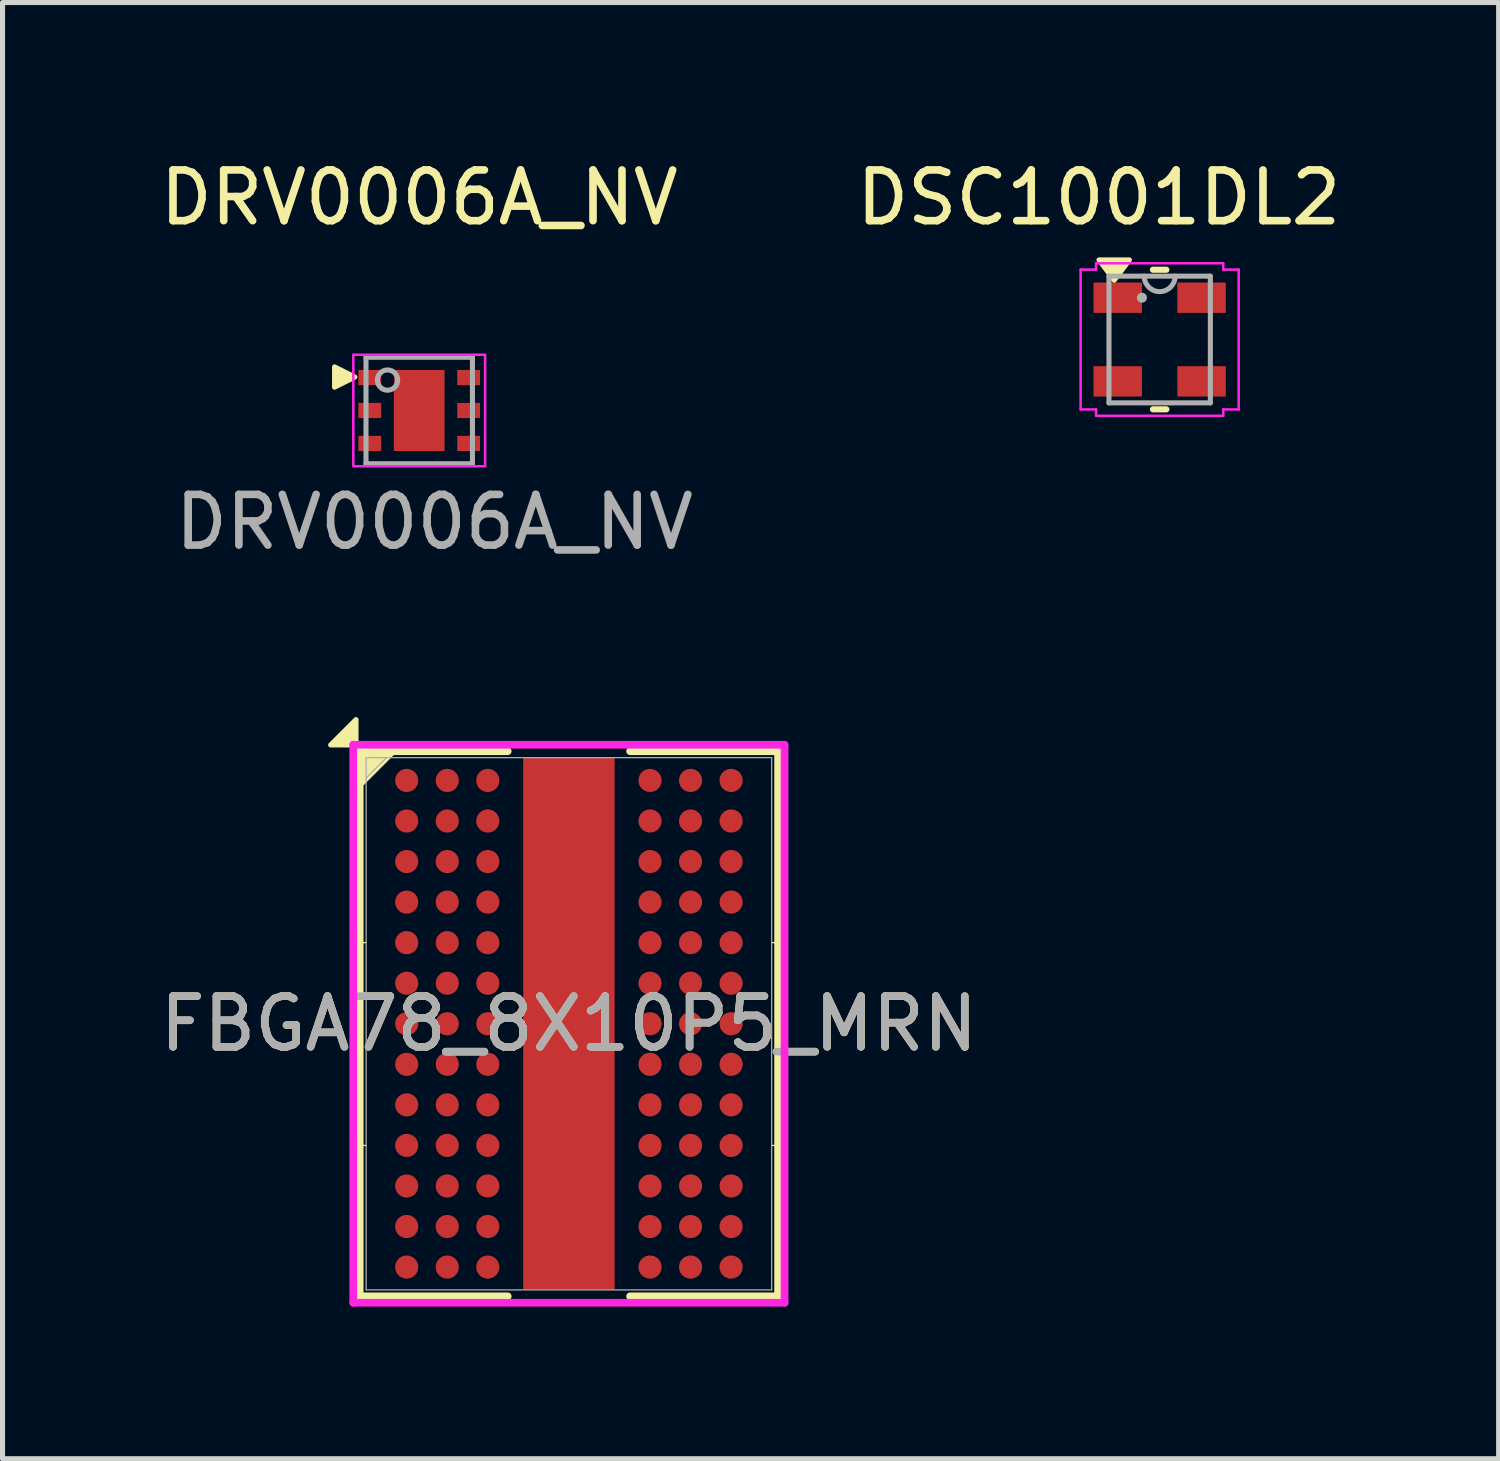
<source format=kicad_pcb>
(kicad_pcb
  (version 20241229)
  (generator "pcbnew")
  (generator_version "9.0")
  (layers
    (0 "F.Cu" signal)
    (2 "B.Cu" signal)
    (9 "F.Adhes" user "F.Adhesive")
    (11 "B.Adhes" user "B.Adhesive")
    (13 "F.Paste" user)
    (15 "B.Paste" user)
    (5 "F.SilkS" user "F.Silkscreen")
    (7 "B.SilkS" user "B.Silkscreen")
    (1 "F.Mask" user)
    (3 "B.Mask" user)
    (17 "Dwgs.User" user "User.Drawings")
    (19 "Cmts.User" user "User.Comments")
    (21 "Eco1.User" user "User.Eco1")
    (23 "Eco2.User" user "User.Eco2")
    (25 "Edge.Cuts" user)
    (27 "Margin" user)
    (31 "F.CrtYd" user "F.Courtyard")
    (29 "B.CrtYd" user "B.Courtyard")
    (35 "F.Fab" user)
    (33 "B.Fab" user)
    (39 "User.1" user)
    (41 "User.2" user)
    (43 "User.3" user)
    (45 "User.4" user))
  (footprint "FBGA78_8X10P5_MRN"
    (layer "F.Cu")
    (at 8.173 17.146)
    (property "Reference" "FBGA78_8X10P5_MRN" (at 0 0 0) (unlocked yes) (layer "F.SilkS") (effects (font (size 1 1) (thickness 0.15))))
    (attr smd)
    (fp_line (start -4.127 -5.377) (end -4.127 5.377) (stroke (width 0.152) (type solid)) (layer "F.SilkS"))
    (fp_line (start -4.127 5.377) (end -1.207 5.377) (stroke (width 0.152) (type solid)) (layer "F.SilkS"))
    (fp_line (start -4 -1.6) (end -4.254 -1.6) (stroke (width 0.025) (type solid)) (layer "F.SilkS"))
    (fp_line (start -4 2.4) (end -4.254 2.4) (stroke (width 0.025) (type solid)) (layer "F.SilkS"))
    (fp_line (start -1.207 -5.377) (end -4.127 -5.377) (stroke (width 0.152) (type solid)) (layer "F.SilkS"))
    (fp_line (start 1.207 5.377) (end 4.127 5.377) (stroke (width 0.152) (type solid)) (layer "F.SilkS"))
    (fp_line (start 4 -1.6) (end 4.254 -1.6) (stroke (width 0.025) (type solid)) (layer "F.SilkS"))
    (fp_line (start 4 2.4) (end 4.254 2.4) (stroke (width 0.025) (type solid)) (layer "F.SilkS"))
    (fp_line (start 4.127 -5.377) (end 1.207 -5.377) (stroke (width 0.152) (type solid)) (layer "F.SilkS"))
    (fp_line (start 4.127 5.377) (end 4.127 -5.377) (stroke (width 0.152) (type solid)) (layer "F.SilkS"))
    (fp_poly (pts (xy -4.2 -5.5) (xy -4.2 -6) (xy -4.7 -5.5)) (stroke (width 0.1) (type solid)) (fill yes) (layer "F.SilkS"))
    (fp_poly (pts (xy -3.438 -5.388) (xy -4.138 -4.688) (xy -4.138 -5.388)) (stroke (width 0.1) (type solid)) (fill yes) (layer "F.SilkS"))
    (fp_poly (pts (xy -0.802 -5.145) (xy -0.802 -4.034) (xy 0.802 -4.034) (xy 0.802 -5.145)) (stroke (width 0) (type solid)) (fill yes) (layer "F.Paste"))
    (fp_poly (pts (xy -0.802 -3.834) (xy -0.802 -2.723) (xy 0.802 -2.723) (xy 0.802 -3.834)) (stroke (width 0) (type solid)) (fill yes) (layer "F.Paste"))
    (fp_poly (pts (xy -0.802 -2.523) (xy -0.802 -1.411) (xy 0.802 -1.411) (xy 0.802 -2.523)) (stroke (width 0) (type solid)) (fill yes) (layer "F.Paste"))
    (fp_poly (pts (xy -0.802 -1.211) (xy -0.802 -0.1) (xy 0.802 -0.1) (xy 0.802 -1.211)) (stroke (width 0) (type solid)) (fill yes) (layer "F.Paste"))
    (fp_poly (pts (xy -0.802 0.1) (xy -0.802 1.211) (xy 0.802 1.211) (xy 0.802 0.1)) (stroke (width 0) (type solid)) (fill yes) (layer "F.Paste"))
    (fp_poly (pts (xy -0.802 1.411) (xy -0.802 2.523) (xy 0.802 2.523) (xy 0.802 1.411)) (stroke (width 0) (type solid)) (fill yes) (layer "F.Paste"))
    (fp_poly (pts (xy -0.802 2.723) (xy -0.802 3.834) (xy 0.802 3.834) (xy 0.802 2.723)) (stroke (width 0) (type solid)) (fill yes) (layer "F.Paste"))
    (fp_poly (pts (xy -0.802 4.034) (xy -0.802 5.145) (xy 0.802 5.145) (xy 0.802 4.034)) (stroke (width 0) (type solid)) (fill yes) (layer "F.Paste"))
    (fp_line (start -4.254 -5.504) (end 4.254 -5.504) (stroke (width 0.152) (type solid)) (layer "F.CrtYd"))
    (fp_line (start -4.254 5.504) (end -4.254 -5.504) (stroke (width 0.152) (type solid)) (layer "F.CrtYd"))
    (fp_line (start 4.254 -5.504) (end 4.254 5.504) (stroke (width 0.152) (type solid)) (layer "F.CrtYd"))
    (fp_line (start 4.254 5.504) (end -4.254 5.504) (stroke (width 0.152) (type solid)) (layer "F.CrtYd"))
    (fp_line (start -4 -5.25) (end -4 5.25) (stroke (width 0.025) (type solid)) (layer "F.Fab"))
    (fp_line (start -4 5.25) (end 4 5.25) (stroke (width 0.025) (type solid)) (layer "F.Fab"))
    (fp_line (start -3.6 -5.25) (end -4 -4.85) (stroke (width 0.025) (type solid)) (layer "F.Fab"))
    (fp_line (start 4 -5.25) (end -4 -5.25) (stroke (width 0.025) (type solid)) (layer "F.Fab"))
    (fp_line (start 4 5.25) (end 4 -5.25) (stroke (width 0.025) (type solid)) (layer "F.Fab"))
    (fp_text user "${REFERENCE}" (at 0 0 0) (unlocked yes) (layer "F.Fab") (effects (font (size 1 1) (thickness 0.15))))
    (pad "79" smd rect (at 0 0) (size 1.803 10.49) (layers "F.Cu" "F.Mask"))
    (pad "A1" smd circle (at -3.2 -4.8) (size 0.457 0.457) (layers "F.Cu" "F.Mask" "F.Paste"))
    (pad "A2" smd circle (at -2.4 -4.8) (size 0.457 0.457) (layers "F.Cu" "F.Mask" "F.Paste"))
    (pad "A3" smd circle (at -1.6 -4.8) (size 0.457 0.457) (layers "F.Cu" "F.Mask" "F.Paste"))
    (pad "A7" smd circle (at 1.6 -4.8) (size 0.457 0.457) (layers "F.Cu" "F.Mask" "F.Paste"))
    (pad "A8" smd circle (at 2.4 -4.8) (size 0.457 0.457) (layers "F.Cu" "F.Mask" "F.Paste"))
    (pad "A9" smd circle (at 3.2 -4.8) (size 0.457 0.457) (layers "F.Cu" "F.Mask" "F.Paste"))
    (pad "B1" smd circle (at -3.2 -4) (size 0.457 0.457) (layers "F.Cu" "F.Mask" "F.Paste"))
    (pad "B2" smd circle (at -2.4 -4) (size 0.457 0.457) (layers "F.Cu" "F.Mask" "F.Paste"))
    (pad "B3" smd circle (at -1.6 -4) (size 0.457 0.457) (layers "F.Cu" "F.Mask" "F.Paste"))
    (pad "B7" smd circle (at 1.6 -4) (size 0.457 0.457) (layers "F.Cu" "F.Mask" "F.Paste"))
    (pad "B8" smd circle (at 2.4 -4) (size 0.457 0.457) (layers "F.Cu" "F.Mask" "F.Paste"))
    (pad "B9" smd circle (at 3.2 -4) (size 0.457 0.457) (layers "F.Cu" "F.Mask" "F.Paste"))
    (pad "C1" smd circle (at -3.2 -3.2) (size 0.457 0.457) (layers "F.Cu" "F.Mask" "F.Paste"))
    (pad "C2" smd circle (at -2.4 -3.2) (size 0.457 0.457) (layers "F.Cu" "F.Mask" "F.Paste"))
    (pad "C3" smd circle (at -1.6 -3.2) (size 0.457 0.457) (layers "F.Cu" "F.Mask" "F.Paste"))
    (pad "C7" smd circle (at 1.6 -3.2) (size 0.457 0.457) (layers "F.Cu" "F.Mask" "F.Paste"))
    (pad "C8" smd circle (at 2.4 -3.2) (size 0.457 0.457) (layers "F.Cu" "F.Mask" "F.Paste"))
    (pad "C9" smd circle (at 3.2 -3.2) (size 0.457 0.457) (layers "F.Cu" "F.Mask" "F.Paste"))
    (pad "D1" smd circle (at -3.2 -2.4) (size 0.457 0.457) (layers "F.Cu" "F.Mask" "F.Paste"))
    (pad "D2" smd circle (at -2.4 -2.4) (size 0.457 0.457) (layers "F.Cu" "F.Mask" "F.Paste"))
    (pad "D3" smd circle (at -1.6 -2.4) (size 0.457 0.457) (layers "F.Cu" "F.Mask" "F.Paste"))
    (pad "D7" smd circle (at 1.6 -2.4) (size 0.457 0.457) (layers "F.Cu" "F.Mask" "F.Paste"))
    (pad "D8" smd circle (at 2.4 -2.4) (size 0.457 0.457) (layers "F.Cu" "F.Mask" "F.Paste"))
    (pad "D9" smd circle (at 3.2 -2.4) (size 0.457 0.457) (layers "F.Cu" "F.Mask" "F.Paste"))
    (pad "E1" smd circle (at -3.2 -1.6) (size 0.457 0.457) (layers "F.Cu" "F.Mask" "F.Paste"))
    (pad "E2" smd circle (at -2.4 -1.6) (size 0.457 0.457) (layers "F.Cu" "F.Mask" "F.Paste"))
    (pad "E3" smd circle (at -1.6 -1.6) (size 0.457 0.457) (layers "F.Cu" "F.Mask" "F.Paste"))
    (pad "E7" smd circle (at 1.6 -1.6) (size 0.457 0.457) (layers "F.Cu" "F.Mask" "F.Paste"))
    (pad "E8" smd circle (at 2.4 -1.6) (size 0.457 0.457) (layers "F.Cu" "F.Mask" "F.Paste"))
    (pad "E9" smd circle (at 3.2 -1.6) (size 0.457 0.457) (layers "F.Cu" "F.Mask" "F.Paste"))
    (pad "F1" smd circle (at -3.2 -0.8) (size 0.457 0.457) (layers "F.Cu" "F.Mask" "F.Paste"))
    (pad "F2" smd circle (at -2.4 -0.8) (size 0.457 0.457) (layers "F.Cu" "F.Mask" "F.Paste"))
    (pad "F3" smd circle (at -1.6 -0.8) (size 0.457 0.457) (layers "F.Cu" "F.Mask" "F.Paste"))
    (pad "F7" smd circle (at 1.6 -0.8) (size 0.457 0.457) (layers "F.Cu" "F.Mask" "F.Paste"))
    (pad "F8" smd circle (at 2.4 -0.8) (size 0.457 0.457) (layers "F.Cu" "F.Mask" "F.Paste"))
    (pad "F9" smd circle (at 3.2 -0.8) (size 0.457 0.457) (layers "F.Cu" "F.Mask" "F.Paste"))
    (pad "G1" smd circle (at -3.2 0) (size 0.457 0.457) (layers "F.Cu" "F.Mask" "F.Paste"))
    (pad "G2" smd circle (at -2.4 0) (size 0.457 0.457) (layers "F.Cu" "F.Mask" "F.Paste"))
    (pad "G3" smd circle (at -1.6 0) (size 0.457 0.457) (layers "F.Cu" "F.Mask" "F.Paste"))
    (pad "G7" smd circle (at 1.6 0) (size 0.457 0.457) (layers "F.Cu" "F.Mask" "F.Paste"))
    (pad "G8" smd circle (at 2.4 0) (size 0.457 0.457) (layers "F.Cu" "F.Mask" "F.Paste"))
    (pad "G9" smd circle (at 3.2 0) (size 0.457 0.457) (layers "F.Cu" "F.Mask" "F.Paste"))
    (pad "H1" smd circle (at -3.2 0.8) (size 0.457 0.457) (layers "F.Cu" "F.Mask" "F.Paste"))
    (pad "H2" smd circle (at -2.4 0.8) (size 0.457 0.457) (layers "F.Cu" "F.Mask" "F.Paste"))
    (pad "H3" smd circle (at -1.6 0.8) (size 0.457 0.457) (layers "F.Cu" "F.Mask" "F.Paste"))
    (pad "H7" smd circle (at 1.6 0.8) (size 0.457 0.457) (layers "F.Cu" "F.Mask" "F.Paste"))
    (pad "H8" smd circle (at 2.4 0.8) (size 0.457 0.457) (layers "F.Cu" "F.Mask" "F.Paste"))
    (pad "H9" smd circle (at 3.2 0.8) (size 0.457 0.457) (layers "F.Cu" "F.Mask" "F.Paste"))
    (pad "J1" smd circle (at -3.2 1.6) (size 0.457 0.457) (layers "F.Cu" "F.Mask" "F.Paste"))
    (pad "J2" smd circle (at -2.4 1.6) (size 0.457 0.457) (layers "F.Cu" "F.Mask" "F.Paste"))
    (pad "J3" smd circle (at -1.6 1.6) (size 0.457 0.457) (layers "F.Cu" "F.Mask" "F.Paste"))
    (pad "J7" smd circle (at 1.6 1.6) (size 0.457 0.457) (layers "F.Cu" "F.Mask" "F.Paste"))
    (pad "J8" smd circle (at 2.4 1.6) (size 0.457 0.457) (layers "F.Cu" "F.Mask" "F.Paste"))
    (pad "J9" smd circle (at 3.2 1.6) (size 0.457 0.457) (layers "F.Cu" "F.Mask" "F.Paste"))
    (pad "K1" smd circle (at -3.2 2.4) (size 0.457 0.457) (layers "F.Cu" "F.Mask" "F.Paste"))
    (pad "K2" smd circle (at -2.4 2.4) (size 0.457 0.457) (layers "F.Cu" "F.Mask" "F.Paste"))
    (pad "K3" smd circle (at -1.6 2.4) (size 0.457 0.457) (layers "F.Cu" "F.Mask" "F.Paste"))
    (pad "K7" smd circle (at 1.6 2.4) (size 0.457 0.457) (layers "F.Cu" "F.Mask" "F.Paste"))
    (pad "K8" smd circle (at 2.4 2.4) (size 0.457 0.457) (layers "F.Cu" "F.Mask" "F.Paste"))
    (pad "K9" smd circle (at 3.2 2.4) (size 0.457 0.457) (layers "F.Cu" "F.Mask" "F.Paste"))
    (pad "L1" smd circle (at -3.2 3.2) (size 0.457 0.457) (layers "F.Cu" "F.Mask" "F.Paste"))
    (pad "L2" smd circle (at -2.4 3.2) (size 0.457 0.457) (layers "F.Cu" "F.Mask" "F.Paste"))
    (pad "L3" smd circle (at -1.6 3.2) (size 0.457 0.457) (layers "F.Cu" "F.Mask" "F.Paste"))
    (pad "L7" smd circle (at 1.6 3.2) (size 0.457 0.457) (layers "F.Cu" "F.Mask" "F.Paste"))
    (pad "L8" smd circle (at 2.4 3.2) (size 0.457 0.457) (layers "F.Cu" "F.Mask" "F.Paste"))
    (pad "L9" smd circle (at 3.2 3.2) (size 0.457 0.457) (layers "F.Cu" "F.Mask" "F.Paste"))
    (pad "M1" smd circle (at -3.2 4) (size 0.457 0.457) (layers "F.Cu" "F.Mask" "F.Paste"))
    (pad "M2" smd circle (at -2.4 4) (size 0.457 0.457) (layers "F.Cu" "F.Mask" "F.Paste"))
    (pad "M3" smd circle (at -1.6 4) (size 0.457 0.457) (layers "F.Cu" "F.Mask" "F.Paste"))
    (pad "M7" smd circle (at 1.6 4) (size 0.457 0.457) (layers "F.Cu" "F.Mask" "F.Paste"))
    (pad "M8" smd circle (at 2.4 4) (size 0.457 0.457) (layers "F.Cu" "F.Mask" "F.Paste"))
    (pad "M9" smd circle (at 3.2 4) (size 0.457 0.457) (layers "F.Cu" "F.Mask" "F.Paste"))
    (pad "N1" smd circle (at -3.2 4.8) (size 0.457 0.457) (layers "F.Cu" "F.Mask" "F.Paste"))
    (pad "N2" smd circle (at -2.4 4.8) (size 0.457 0.457) (layers "F.Cu" "F.Mask" "F.Paste"))
    (pad "N3" smd circle (at -1.6 4.8) (size 0.457 0.457) (layers "F.Cu" "F.Mask" "F.Paste"))
    (pad "N7" smd circle (at 1.6 4.8) (size 0.457 0.457) (layers "F.Cu" "F.Mask" "F.Paste"))
    (pad "N8" smd circle (at 2.4 4.8) (size 0.457 0.457) (layers "F.Cu" "F.Mask" "F.Paste"))
    (pad "N9" smd circle (at 3.2 4.8) (size 0.457 0.457) (layers "F.Cu" "F.Mask" "F.Paste")))
  (footprint "DSC1001DL2"
    (layer "F.Cu")
    (at 19.827 3.648)
    (property "Reference" "DSC1001DL2" (at -1.2 -2.8 0) (layer "F.SilkS") (effects (font (size 1 1) (thickness 0.15))))
    (attr through_hole)
    (fp_line (start -0.133 1.377) (end 0.133 1.377) (stroke (width 0.12) (type solid)) (layer "F.SilkS"))
    (fp_line (start 0.133 -1.377) (end -0.133 -1.377) (stroke (width 0.12) (type solid)) (layer "F.SilkS"))
    (fp_poly (pts (xy -0.897 -1.17) (xy -1.197 -1.57) (xy -0.597 -1.57)) (stroke (width 0.1) (type solid)) (fill yes) (layer "F.SilkS"))
    (fp_line (start -1.559 -1.379) (end -1.254 -1.379) (stroke (width 0.05) (type solid)) (layer "F.CrtYd"))
    (fp_line (start -1.559 1.379) (end -1.559 -1.379) (stroke (width 0.05) (type solid)) (layer "F.CrtYd"))
    (fp_line (start -1.254 -1.504) (end 1.254 -1.504) (stroke (width 0.05) (type solid)) (layer "F.CrtYd"))
    (fp_line (start -1.254 -1.379) (end -1.254 -1.504) (stroke (width 0.05) (type solid)) (layer "F.CrtYd"))
    (fp_line (start -1.254 1.379) (end -1.559 1.379) (stroke (width 0.05) (type solid)) (layer "F.CrtYd"))
    (fp_line (start -1.254 1.504) (end -1.254 1.379) (stroke (width 0.05) (type solid)) (layer "F.CrtYd"))
    (fp_line (start 1.254 -1.504) (end 1.254 -1.379) (stroke (width 0.05) (type solid)) (layer "F.CrtYd"))
    (fp_line (start 1.254 -1.379) (end 1.559 -1.379) (stroke (width 0.05) (type solid)) (layer "F.CrtYd"))
    (fp_line (start 1.254 1.379) (end 1.254 1.504) (stroke (width 0.05) (type solid)) (layer "F.CrtYd"))
    (fp_line (start 1.254 1.504) (end -1.254 1.504) (stroke (width 0.05) (type solid)) (layer "F.CrtYd"))
    (fp_line (start 1.559 -1.379) (end 1.559 1.379) (stroke (width 0.05) (type solid)) (layer "F.CrtYd"))
    (fp_line (start 1.559 1.379) (end 1.254 1.379) (stroke (width 0.05) (type solid)) (layer "F.CrtYd"))
    (fp_line (start -1 -1.25) (end -1 1.25) (stroke (width 0.1) (type solid)) (layer "F.Fab"))
    (fp_line (start -1 1.25) (end 1 1.25) (stroke (width 0.1) (type solid)) (layer "F.Fab"))
    (fp_line (start 1 -1.25) (end -1 -1.25) (stroke (width 0.1) (type solid)) (layer "F.Fab"))
    (fp_line (start 1 1.25) (end 1 -1.25) (stroke (width 0.1) (type solid)) (layer "F.Fab"))
    (fp_arc (start 0.3048 -1.25) (mid 0 -0.9452) (end -0.3048 -1.25) (stroke (width 0.1) (type solid)) (layer "F.Fab"))
    (fp_circle (center -0.35 -0.825) (end -0.35 -0.825) (stroke (width 0.1) (type solid)) (fill no) (layer "F.Fab"))
    (pad "1" smd rect (at -0.827 -0.825) (size 0.955 0.599) (layers "F.Cu" "F.Mask" "F.Paste"))
    (pad "2" smd rect (at -0.827 0.825) (size 0.955 0.599) (layers "F.Cu" "F.Mask" "F.Paste"))
    (pad "3" smd rect (at 0.827 0.825) (size 0.955 0.599) (layers "F.Cu" "F.Mask" "F.Paste"))
    (pad "4" smd rect (at 0.827 -0.825) (size 0.955 0.599) (layers "F.Cu" "F.Mask" "F.Paste")))
  (footprint "DRV0006A_NV"
    (layer "F.Cu")
    (at 5.22 5.048)
    (property "Reference" "DRV0006A_NV" (at 0 -4.2 0) (unlocked yes) (layer "F.SilkS") (effects (font (size 1 1) (thickness 0.15))))
    (attr smd)
    (fp_poly (pts (xy -1.27 -0.66) (xy -1.67 -0.86) (xy -1.67 -0.46)) (stroke (width 0.1) (type solid)) (fill yes) (layer "F.SilkS"))
    (fp_poly (pts (xy 0.475 0.733) (xy 0.475 -0.733) (xy -0.474 -0.733) (xy -0.474 0.733)) (stroke (width 0) (type solid)) (fill yes) (layer "F.Paste"))
    (fp_rect (start -1.3 -1.1) (end 1.3 1.1) (stroke (width 0.05) (type default)) (fill no) (layer "F.CrtYd"))
    (fp_line (start -1.05 -1.05) (end 1.05 -1.05) (stroke (width 0.1) (type solid)) (layer "F.Fab"))
    (fp_line (start -1.05 1.05) (end -1.05 -1.05) (stroke (width 0.1) (type solid)) (layer "F.Fab"))
    (fp_line (start -1.05 1.05) (end 1.05 1.05) (stroke (width 0.1) (type solid)) (layer "F.Fab"))
    (fp_line (start 1.05 1.05) (end 1.05 -1.05) (stroke (width 0.1) (type solid)) (layer "F.Fab"))
    (fp_circle (center -0.625 -0.6) (end -0.425 -0.6) (stroke (width 0.1) (type solid)) (fill no) (layer "F.Fab"))
    (fp_text user "${REFERENCE}" (at 0.3 2.2 0) (unlocked yes) (layer "F.Fab") (effects (font (size 1 1) (thickness 0.15))))
    (pad "1" smd rect (at -0.975 -0.65 90) (size 0.3 0.45) (layers "F.Cu" "F.Mask" "F.Paste"))
    (pad "2" smd rect (at -0.975 0 90) (size 0.3 0.45) (layers "F.Cu" "F.Mask" "F.Paste"))
    (pad "3" smd rect (at -0.975 0.65 90) (size 0.3 0.45) (layers "F.Cu" "F.Mask" "F.Paste"))
    (pad "4" smd rect (at 0.975 0.65 90) (size 0.3 0.45) (layers "F.Cu" "F.Mask" "F.Paste"))
    (pad "5" smd rect (at 0.975 0 90) (size 0.3 0.45) (layers "F.Cu" "F.Mask" "F.Paste"))
    (pad "6" smd rect (at 0.975 -0.65 90) (size 0.3 0.45) (layers "F.Cu" "F.Mask" "F.Paste"))
    (pad "7" smd rect (at 0 0) (size 1 1.6) (layers "F.Cu" "F.Mask" "F.Paste")))
  (gr_rect
    (start -3 -3)
    (end 26.514 25.727)
    (stroke (width 0.1) (type default))
    (fill no)
    (layer "Edge.Cuts")))
</source>
